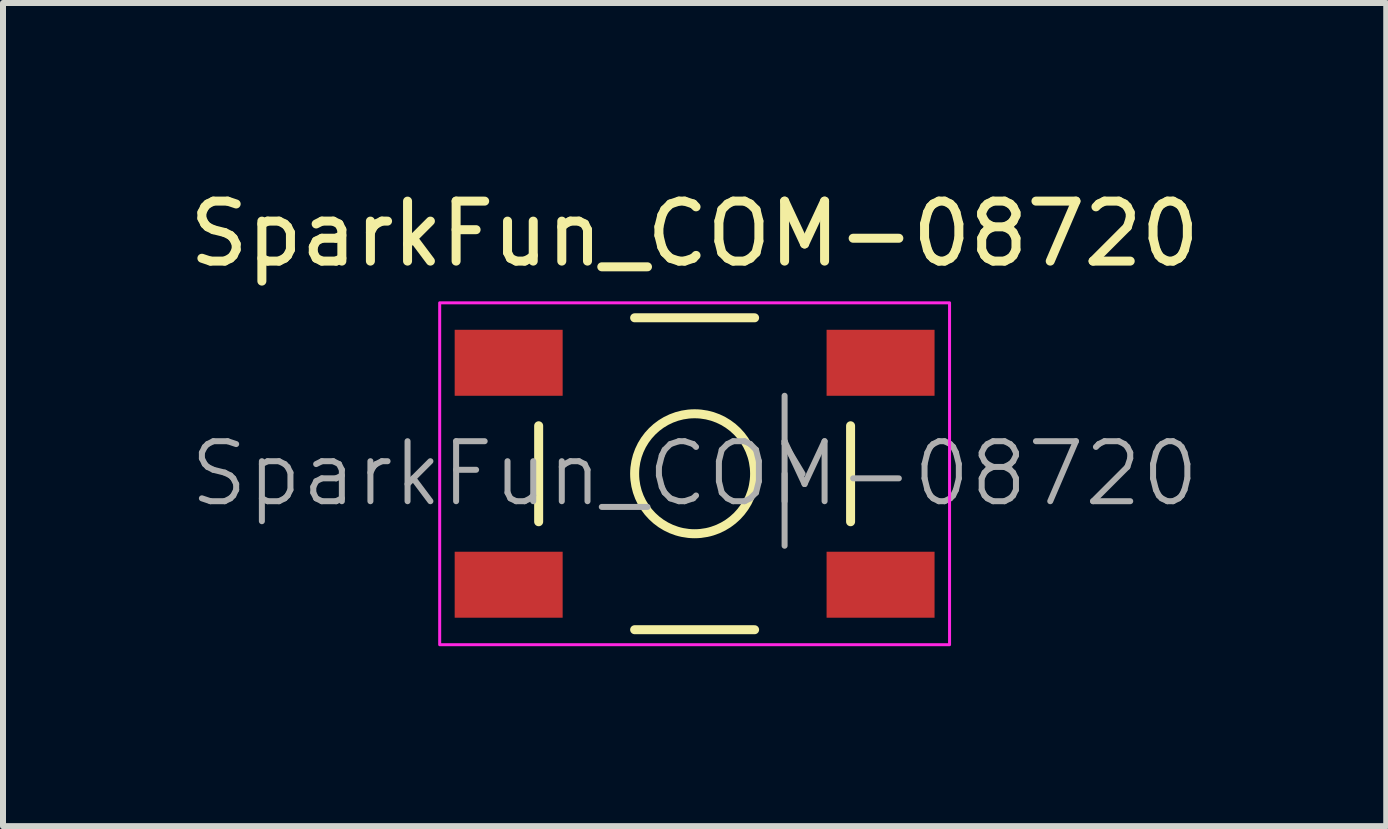
<source format=kicad_pcb>
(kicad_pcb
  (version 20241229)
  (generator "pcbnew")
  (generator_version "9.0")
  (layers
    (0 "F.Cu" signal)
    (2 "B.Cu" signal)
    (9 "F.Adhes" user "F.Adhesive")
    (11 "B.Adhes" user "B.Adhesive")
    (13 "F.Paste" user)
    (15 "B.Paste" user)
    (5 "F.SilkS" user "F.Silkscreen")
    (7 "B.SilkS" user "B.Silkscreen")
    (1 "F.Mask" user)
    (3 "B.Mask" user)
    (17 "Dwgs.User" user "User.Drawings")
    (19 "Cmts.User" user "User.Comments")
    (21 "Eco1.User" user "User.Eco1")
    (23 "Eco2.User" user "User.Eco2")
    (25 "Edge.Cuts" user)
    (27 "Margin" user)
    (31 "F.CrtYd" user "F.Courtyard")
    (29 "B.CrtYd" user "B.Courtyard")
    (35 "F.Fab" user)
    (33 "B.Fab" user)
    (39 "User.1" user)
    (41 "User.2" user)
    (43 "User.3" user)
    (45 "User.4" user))
  (footprint "SparkFun_COM-08720"
    (layer "F.Cu")
    (at 8.53 4.848)
    (property "Reference" "SparkFun_COM-08720" (at 0 -4 0) (unlocked yes) (layer "F.SilkS") (effects (font (size 1 1) (thickness 0.15))))
    (attr smd)
    (fp_line (start -2.6 0.8) (end -2.6 -0.8) (stroke (width 0.15) (type default)) (layer "F.SilkS"))
    (fp_line (start -1 -2.6) (end 1 -2.6) (stroke (width 0.15) (type default)) (layer "F.SilkS"))
    (fp_line (start -1 2.6) (end 1 2.6) (stroke (width 0.15) (type default)) (layer "F.SilkS"))
    (fp_line (start 2.6 0.8) (end 2.6 -0.8) (stroke (width 0.15) (type default)) (layer "F.SilkS"))
    (fp_circle (center 0 0) (end 1 0) (stroke (width 0.15) (type default)) (fill no) (layer "F.SilkS"))
    (fp_rect (start -4.25 -2.85) (end 4.25 2.85) (stroke (width 0.05) (type default)) (fill no) (layer "F.CrtYd"))
    (fp_line (start 1.5 -1.3) (end 1.5 -0.5) (stroke (width 0.1) (type default)) (layer "F.Fab"))
    (fp_line (start 1.5 -0.5) (end 1.8 0) (stroke (width 0.1) (type default)) (layer "F.Fab"))
    (fp_line (start 1.5 0) (end 1.5 1.2) (stroke (width 0.1) (type default)) (layer "F.Fab"))
    (fp_text user "${REFERENCE}" (at 0 0 0) (unlocked yes) (layer "F.Fab") (effects (font (size 1 1) (thickness 0.1))))
    (pad "1" smd rect (at -3.1 -1.85) (size 1.8 1.1) (layers "F.Cu" "F.Mask" "F.Paste"))
    (pad "1" smd rect (at 3.1 -1.85) (size 1.8 1.1) (layers "F.Cu" "F.Mask" "F.Paste"))
    (pad "2" smd rect (at -3.1 1.85) (size 1.8 1.1) (layers "F.Cu" "F.Mask" "F.Paste"))
    (pad "2" smd rect (at 3.1 1.85) (size 1.8 1.1) (layers "F.Cu" "F.Mask" "F.Paste")))
  (gr_rect
    (start -3 -3)
    (end 20.06 10.723)
    (stroke (width 0.1) (type default))
    (fill no)
    (layer "Edge.Cuts")))
</source>
